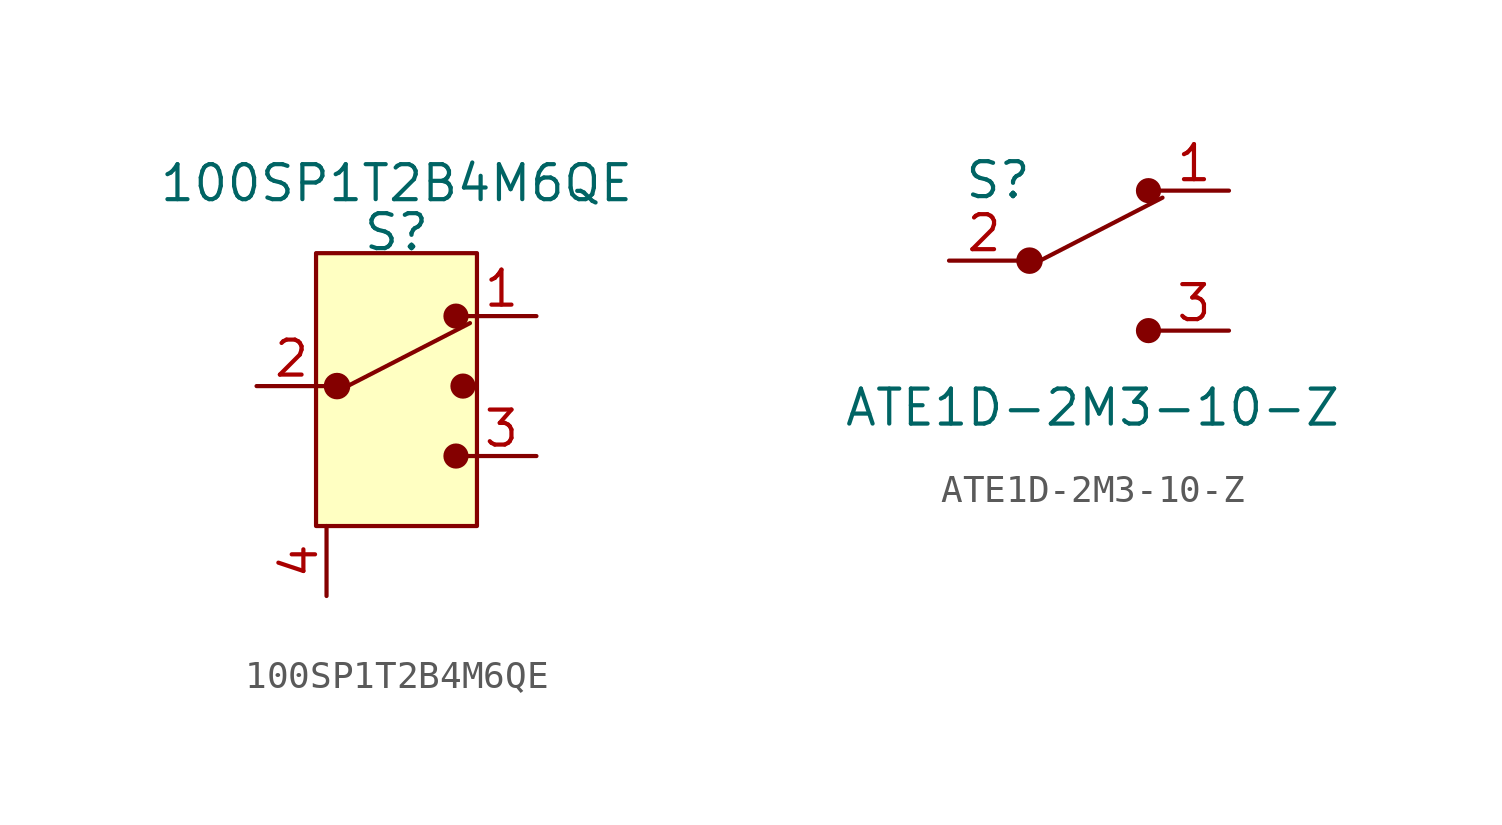
<source format=kicad_sym>
(kicad_symbol_lib
  (version 20211014)
  (generator kicad_symbol_editor)
  (symbol "100SP1T2B4M6QE"
    (pin_names
      (offset 0) hide)
    (property "Reference" "S"
      (at 0 5.588 0)
      (effects (font (size 1.27 1.27))))
    (property "Value" "100SP1T2B4M6QE"
      (at 0 7.366 0)
      (effects (font (size 1.27 1.27))))
    (symbol "100SP1T2B4M6QE_0_1"
      (rectangle (start -2.921 4.826) (end 2.921 -5.08) (stroke (width 0) (type default) (color 0 0 0 0)) (fill (type background)))
      (circle (center -2.159 0) (radius 0.406) (stroke (width 0) (type default) (color 0 0 0 0)) (fill (type outline)))
      (polyline (pts (xy 2.667 2.286) (xy -1.778 0)) (stroke (width 0) (type default) (color 0 0 0 0)) (fill (type none)))
      (circle (center 2.159 -2.54) (radius 0.381) (stroke (width 0) (type default) (color 0 0 0 0)) (fill (type outline)))
      (circle (center 2.159 2.54) (radius 0.381) (stroke (width 0) (type default) (color 0 0 0 0)) (fill (type outline)))
      (circle (center 2.413 0) (radius 0.381) (stroke (width 0) (type default) (color 0 0 0 0)) (fill (type outline))))
    (symbol "100SP1T2B4M6QE_1_1"
      (pin passive line (at 5.08 2.54 180) (length 2.54) (name "~" (effects (font (size 1.27 1.27)))) (number "1" (effects (font (size 1.27 1.27)))))
      (pin passive line (at -5.08 0 0) (length 2.54) (name "Com" (effects (font (size 1.27 1.27)))) (number "2" (effects (font (size 1.27 1.27)))))
      (pin passive line (at 5.08 -2.54 180) (length 2.54) (name "~" (effects (font (size 1.27 1.27)))) (number "3" (effects (font (size 1.27 1.27)))))
      (pin unspecified line (at -2.54 -7.62 90) (length 2.54) (name "~" (effects (font (size 1.27 1.27)))) (number "4" (effects (font (size 1.27 1.27)))))))
  (symbol "ATE1D-2M3-10-Z"
    (pin_names
      (offset 0) hide)
    (property "Reference" "S"
      (at -3.302 2.921 0)
      (effects (font (size 1.27 1.27))))
    (property "Value" "ATE1D-2M3-10-Z"
      (at 0.127 -5.334 0)
      (effects (font (size 1.27 1.27))))
    (symbol "ATE1D-2M3-10-Z_0_1"
      (circle (center -2.159 0) (radius 0.406) (stroke (width 0) (type default) (color 0 0 0 0)) (fill (type outline)))
      (polyline (pts (xy 2.667 2.286) (xy -1.778 0)) (stroke (width 0) (type default) (color 0 0 0 0)) (fill (type none)))
      (circle (center 2.159 -2.54) (radius 0.381) (stroke (width 0) (type default) (color 0 0 0 0)) (fill (type outline)))
      (circle (center 2.159 2.54) (radius 0.381) (stroke (width 0) (type default) (color 0 0 0 0)) (fill (type outline))))
    (symbol "ATE1D-2M3-10-Z_1_1"
      (pin passive line (at 5.08 2.54 180) (length 2.54) (name "~" (effects (font (size 1.27 1.27)))) (number "1" (effects (font (size 1.27 1.27)))))
      (pin passive line (at -5.08 0 0) (length 2.54) (name "Com" (effects (font (size 1.27 1.27)))) (number "2" (effects (font (size 1.27 1.27)))))
      (pin passive line (at 5.08 -2.54 180) (length 2.54) (name "~" (effects (font (size 1.27 1.27)))) (number "3" (effects (font (size 1.27 1.27))))))))
</source>
